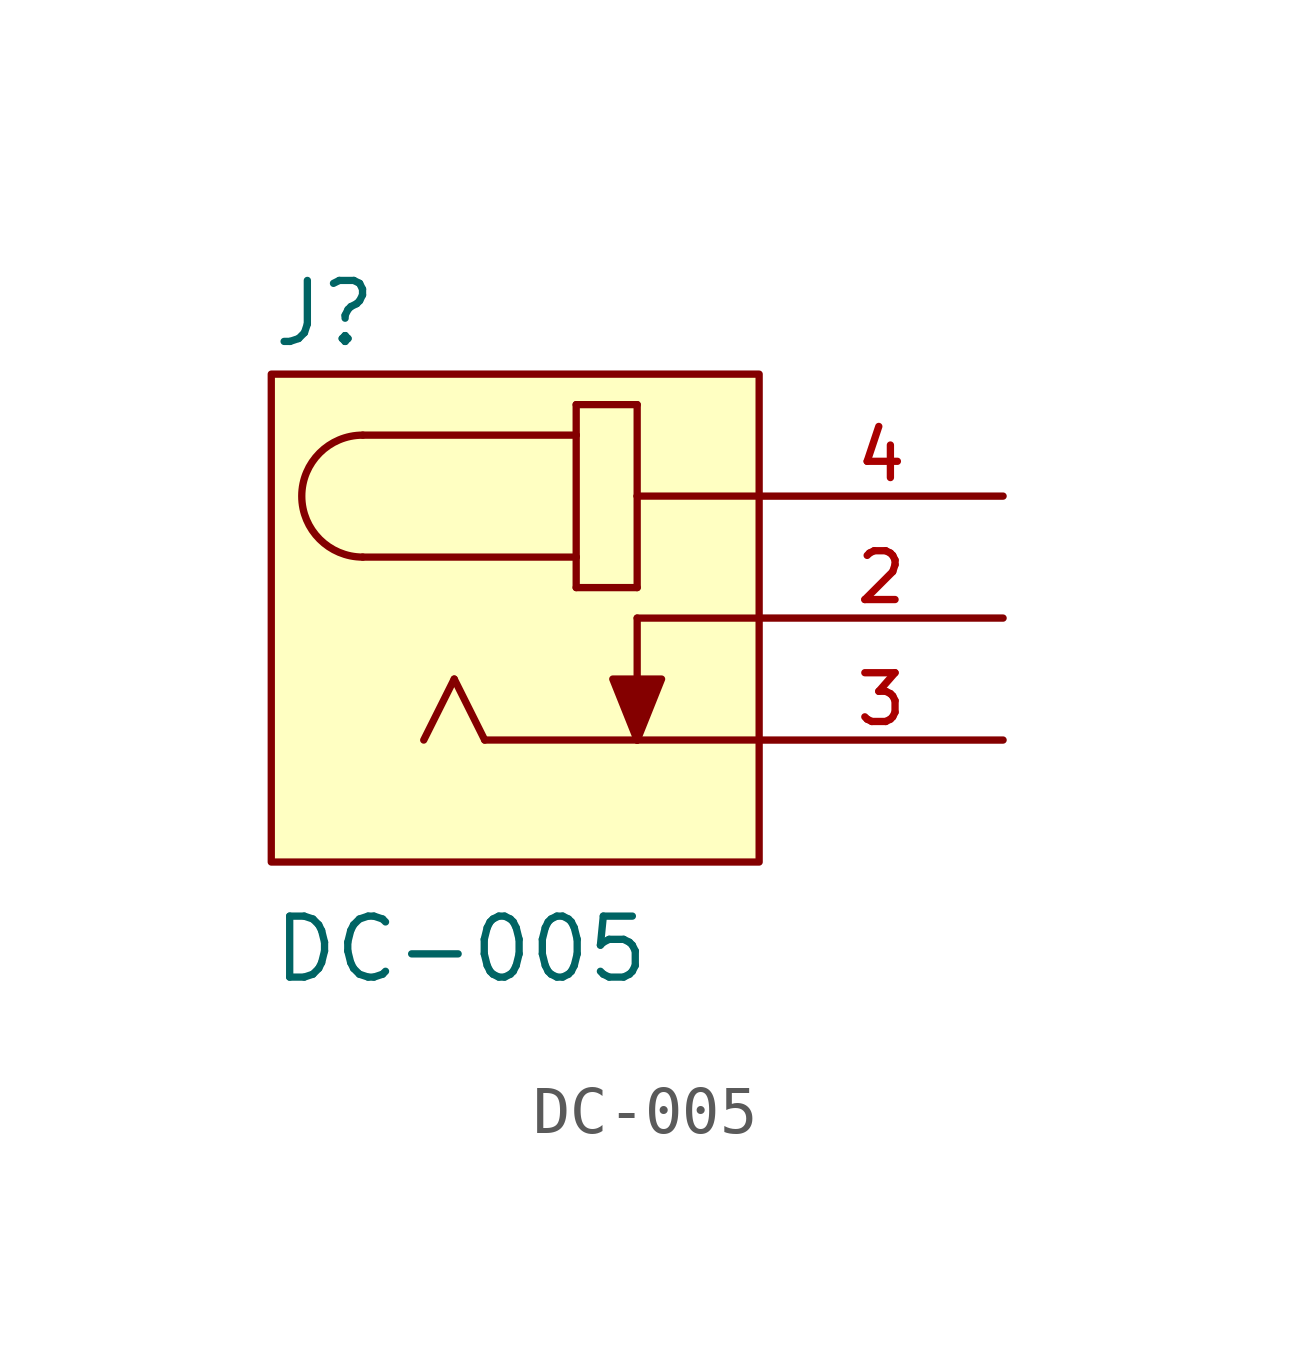
<source format=kicad_sym>
(kicad_symbol_lib
  (version 20211014)
  (generator kicad_symbol_editor)
  (symbol "DC-005"
    (pin_names
      (offset 1.016))
    (property "Reference" "J"
      (at -5.094 5.598 0)
      (effects (font (size 1.27 1.27)) (justify bottom left)))
    (property "Value" "DC-005"
      (at -5.099 -7.64 0)
      (effects (font (size 1.27 1.27)) (justify bottom left)))
    (symbol "DC-005_0_0"
      (arc (start -3.175 3.81) (mid -4.445 2.54) (end -3.175 1.27) (stroke (width 0.1524) (type default) (color 0 0 0 0)) (fill (type none)))
      (polyline (pts (xy -3.175 3.81) (xy 1.27 3.81)) (stroke (width 0.152)))
      (polyline (pts (xy 1.27 3.81) (xy 1.27 1.27)) (stroke (width 0.152)))
      (polyline (pts (xy 1.27 1.27) (xy -3.175 1.27)) (stroke (width 0.152)))
      (polyline (pts (xy 1.27 1.27) (xy 1.27 0.635)) (stroke (width 0.152)))
      (polyline (pts (xy 1.27 0.635) (xy 2.54 0.635)) (stroke (width 0.152)))
      (polyline (pts (xy 2.54 0.635) (xy 2.54 2.54)) (stroke (width 0.152)))
      (polyline (pts (xy 2.54 2.54) (xy 2.54 4.445)) (stroke (width 0.152)))
      (polyline (pts (xy 2.54 4.445) (xy 1.27 4.445)) (stroke (width 0.152)))
      (polyline (pts (xy 1.27 4.445) (xy 1.27 3.81)) (stroke (width 0.152)))
      (polyline (pts (xy 2.54 -2.54) (xy -0.635 -2.54)) (stroke (width 0.152)))
      (polyline (pts (xy -0.635 -2.54) (xy -1.27 -1.27)) (stroke (width 0.152)))
      (polyline (pts (xy -1.27 -1.27) (xy -1.905 -2.54)) (stroke (width 0.152)))
      (polyline (pts (xy 2.54 0.0) (xy 2.54 -2.54)) (stroke (width 0.152)))
      (polyline (pts (xy 2.54 -2.54) (xy 2.032 -1.27) (xy 3.048 -1.27) (xy 2.54 -2.54)) (stroke (width 0.152)) (fill (type outline)))
      (polyline (pts (xy 2.54 2.54) (xy 5.08 2.54)) (stroke (width 0.152)))
      (polyline (pts (xy 2.54 0.0) (xy 5.08 0.0)) (stroke (width 0.152)))
      (polyline (pts (xy 2.54 -2.54) (xy 5.08 -2.54)) (stroke (width 0.152)))
      (rectangle (start -5.08 -5.08) (end 5.08 5.08) (stroke (width 0.152)) (fill (type background)))
      (pin passive line (at 10.16 2.54 180.0) (length 5.08) (name "~" (effects (font (size 1.016 1.016)))) (number "4" (effects (font (size 1.016 1.016)))))
      (pin passive line (at 10.16 0.0 180.0) (length 5.08) (name "~" (effects (font (size 1.016 1.016)))) (number "2" (effects (font (size 1.016 1.016)))))
      (pin passive line (at 10.16 -2.54 180.0) (length 5.08) (name "~" (effects (font (size 1.016 1.016)))) (number "3" (effects (font (size 1.016 1.016))))))))
</source>
